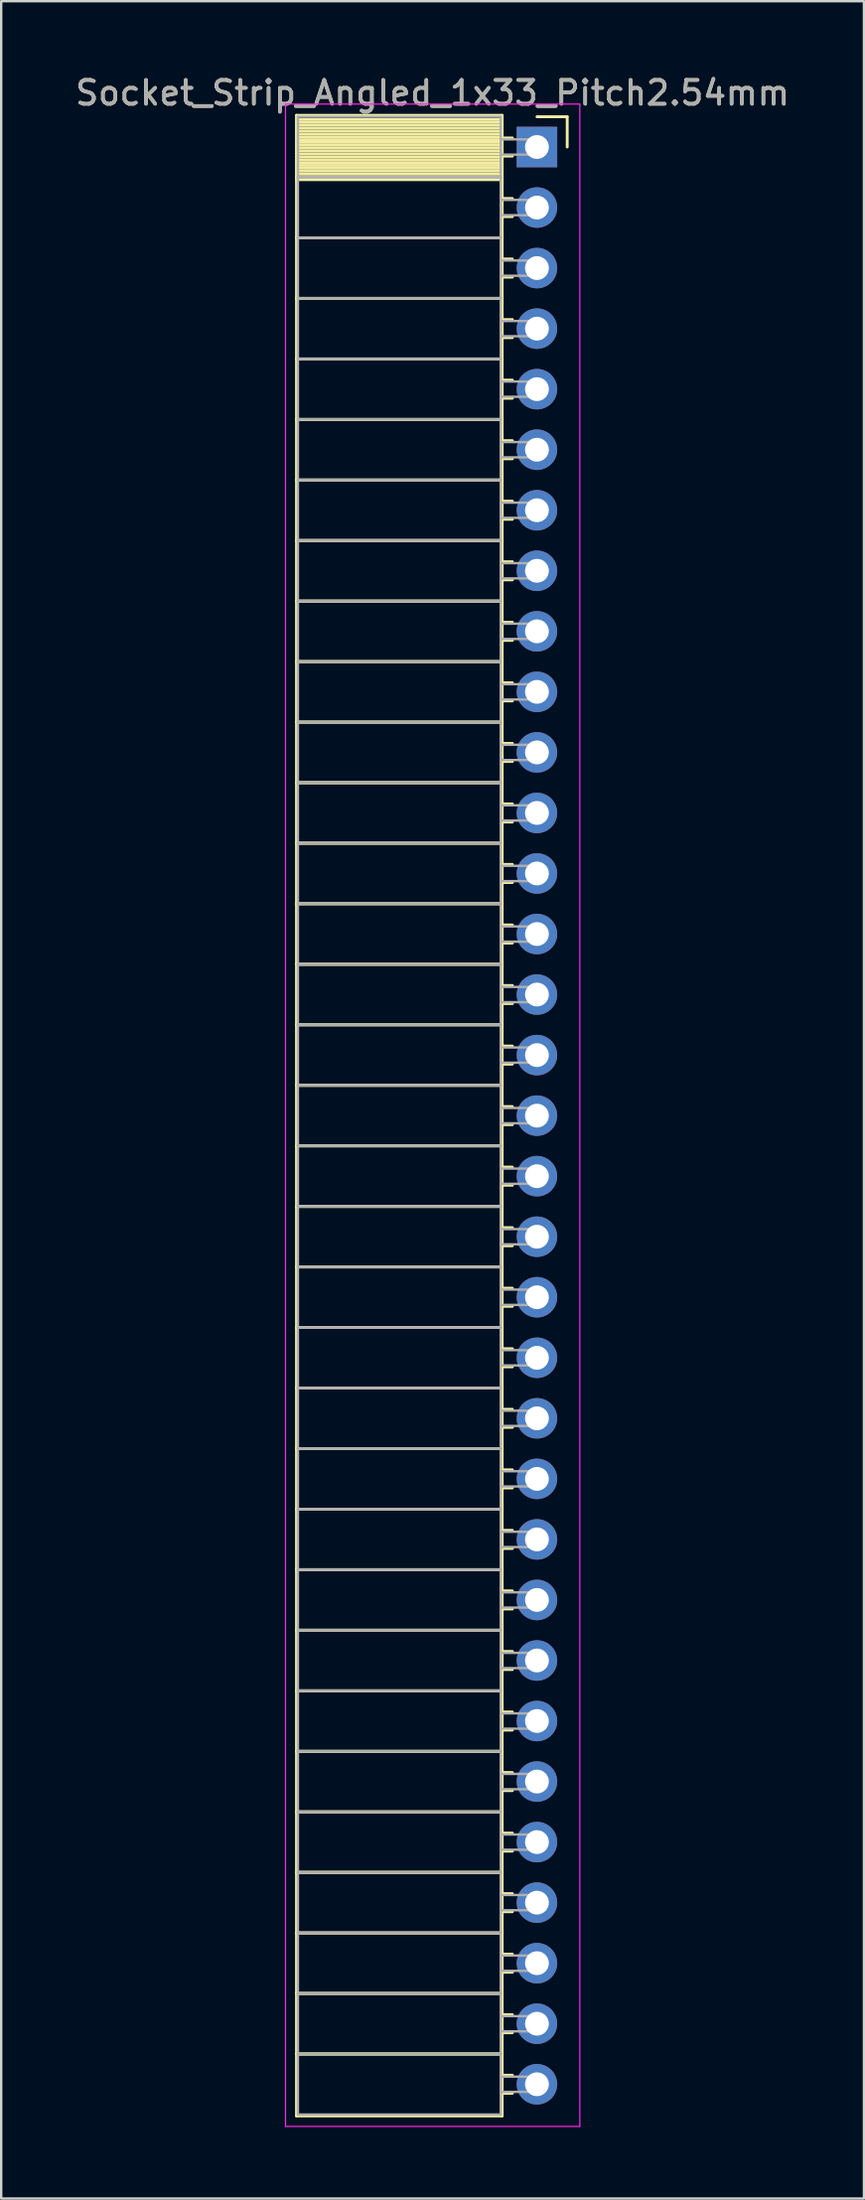
<source format=kicad_pcb>
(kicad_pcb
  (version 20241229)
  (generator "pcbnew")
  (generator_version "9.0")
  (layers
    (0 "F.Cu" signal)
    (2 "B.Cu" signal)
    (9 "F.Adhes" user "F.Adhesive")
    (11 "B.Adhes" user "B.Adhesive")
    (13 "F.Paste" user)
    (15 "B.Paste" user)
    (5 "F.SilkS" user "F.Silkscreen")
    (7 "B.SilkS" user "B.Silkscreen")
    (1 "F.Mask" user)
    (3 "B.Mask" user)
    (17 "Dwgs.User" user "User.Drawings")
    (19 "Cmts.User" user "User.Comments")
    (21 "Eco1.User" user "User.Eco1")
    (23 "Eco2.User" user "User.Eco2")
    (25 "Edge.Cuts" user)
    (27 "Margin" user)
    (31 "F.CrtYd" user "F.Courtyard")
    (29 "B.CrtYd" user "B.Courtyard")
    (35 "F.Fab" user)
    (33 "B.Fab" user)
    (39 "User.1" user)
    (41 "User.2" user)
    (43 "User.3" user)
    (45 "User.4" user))
  (footprint "Socket_Strip_Angled_1x33_Pitch2.54mm"
    (layer "F.Cu")
    (at 19.481 3.118)
    (property "Reference" "Socket_Strip_Angled_1x33_Pitch2.54mm" (at -4.38 -2.27 0) (layer "F.SilkS") (effects (font (size 1 1) (thickness 0.15))))
    (attr through_hole)
    (fp_line (start -10.09 -1.33) (end -1.46 -1.33) (stroke (width 0.12) (type solid)) (layer "F.SilkS"))
    (fp_line (start -10.09 1.27) (end -10.09 -1.33) (stroke (width 0.12) (type solid)) (layer "F.SilkS"))
    (fp_line (start -10.09 1.27) (end -1.46 1.27) (stroke (width 0.12) (type solid)) (layer "F.SilkS"))
    (fp_line (start -10.09 3.81) (end -10.09 1.27) (stroke (width 0.12) (type solid)) (layer "F.SilkS"))
    (fp_line (start -10.09 3.81) (end -1.46 3.81) (stroke (width 0.12) (type solid)) (layer "F.SilkS"))
    (fp_line (start -10.09 6.35) (end -10.09 3.81) (stroke (width 0.12) (type solid)) (layer "F.SilkS"))
    (fp_line (start -10.09 6.35) (end -1.46 6.35) (stroke (width 0.12) (type solid)) (layer "F.SilkS"))
    (fp_line (start -10.09 8.89) (end -10.09 6.35) (stroke (width 0.12) (type solid)) (layer "F.SilkS"))
    (fp_line (start -10.09 8.89) (end -1.46 8.89) (stroke (width 0.12) (type solid)) (layer "F.SilkS"))
    (fp_line (start -10.09 11.43) (end -10.09 8.89) (stroke (width 0.12) (type solid)) (layer "F.SilkS"))
    (fp_line (start -10.09 11.43) (end -1.46 11.43) (stroke (width 0.12) (type solid)) (layer "F.SilkS"))
    (fp_line (start -10.09 13.97) (end -10.09 11.43) (stroke (width 0.12) (type solid)) (layer "F.SilkS"))
    (fp_line (start -10.09 13.97) (end -1.46 13.97) (stroke (width 0.12) (type solid)) (layer "F.SilkS"))
    (fp_line (start -10.09 16.51) (end -10.09 13.97) (stroke (width 0.12) (type solid)) (layer "F.SilkS"))
    (fp_line (start -10.09 16.51) (end -1.46 16.51) (stroke (width 0.12) (type solid)) (layer "F.SilkS"))
    (fp_line (start -10.09 19.05) (end -10.09 16.51) (stroke (width 0.12) (type solid)) (layer "F.SilkS"))
    (fp_line (start -10.09 19.05) (end -1.46 19.05) (stroke (width 0.12) (type solid)) (layer "F.SilkS"))
    (fp_line (start -10.09 21.59) (end -10.09 19.05) (stroke (width 0.12) (type solid)) (layer "F.SilkS"))
    (fp_line (start -10.09 21.59) (end -1.46 21.59) (stroke (width 0.12) (type solid)) (layer "F.SilkS"))
    (fp_line (start -10.09 24.13) (end -10.09 21.59) (stroke (width 0.12) (type solid)) (layer "F.SilkS"))
    (fp_line (start -10.09 24.13) (end -1.46 24.13) (stroke (width 0.12) (type solid)) (layer "F.SilkS"))
    (fp_line (start -10.09 26.67) (end -10.09 24.13) (stroke (width 0.12) (type solid)) (layer "F.SilkS"))
    (fp_line (start -10.09 26.67) (end -1.46 26.67) (stroke (width 0.12) (type solid)) (layer "F.SilkS"))
    (fp_line (start -10.09 29.21) (end -10.09 26.67) (stroke (width 0.12) (type solid)) (layer "F.SilkS"))
    (fp_line (start -10.09 29.21) (end -1.46 29.21) (stroke (width 0.12) (type solid)) (layer "F.SilkS"))
    (fp_line (start -10.09 31.75) (end -10.09 29.21) (stroke (width 0.12) (type solid)) (layer "F.SilkS"))
    (fp_line (start -10.09 31.75) (end -1.46 31.75) (stroke (width 0.12) (type solid)) (layer "F.SilkS"))
    (fp_line (start -10.09 34.29) (end -10.09 31.75) (stroke (width 0.12) (type solid)) (layer "F.SilkS"))
    (fp_line (start -10.09 34.29) (end -1.46 34.29) (stroke (width 0.12) (type solid)) (layer "F.SilkS"))
    (fp_line (start -10.09 36.83) (end -10.09 34.29) (stroke (width 0.12) (type solid)) (layer "F.SilkS"))
    (fp_line (start -10.09 36.83) (end -1.46 36.83) (stroke (width 0.12) (type solid)) (layer "F.SilkS"))
    (fp_line (start -10.09 39.37) (end -10.09 36.83) (stroke (width 0.12) (type solid)) (layer "F.SilkS"))
    (fp_line (start -10.09 39.37) (end -1.46 39.37) (stroke (width 0.12) (type solid)) (layer "F.SilkS"))
    (fp_line (start -10.09 41.91) (end -10.09 39.37) (stroke (width 0.12) (type solid)) (layer "F.SilkS"))
    (fp_line (start -10.09 41.91) (end -1.46 41.91) (stroke (width 0.12) (type solid)) (layer "F.SilkS"))
    (fp_line (start -10.09 44.45) (end -10.09 41.91) (stroke (width 0.12) (type solid)) (layer "F.SilkS"))
    (fp_line (start -10.09 44.45) (end -1.46 44.45) (stroke (width 0.12) (type solid)) (layer "F.SilkS"))
    (fp_line (start -10.09 46.99) (end -10.09 44.45) (stroke (width 0.12) (type solid)) (layer "F.SilkS"))
    (fp_line (start -10.09 46.99) (end -1.46 46.99) (stroke (width 0.12) (type solid)) (layer "F.SilkS"))
    (fp_line (start -10.09 49.53) (end -10.09 46.99) (stroke (width 0.12) (type solid)) (layer "F.SilkS"))
    (fp_line (start -10.09 49.53) (end -1.46 49.53) (stroke (width 0.12) (type solid)) (layer "F.SilkS"))
    (fp_line (start -10.09 52.07) (end -10.09 49.53) (stroke (width 0.12) (type solid)) (layer "F.SilkS"))
    (fp_line (start -10.09 52.07) (end -1.46 52.07) (stroke (width 0.12) (type solid)) (layer "F.SilkS"))
    (fp_line (start -10.09 54.61) (end -10.09 52.07) (stroke (width 0.12) (type solid)) (layer "F.SilkS"))
    (fp_line (start -10.09 54.61) (end -1.46 54.61) (stroke (width 0.12) (type solid)) (layer "F.SilkS"))
    (fp_line (start -10.09 57.15) (end -10.09 54.61) (stroke (width 0.12) (type solid)) (layer "F.SilkS"))
    (fp_line (start -10.09 57.15) (end -1.46 57.15) (stroke (width 0.12) (type solid)) (layer "F.SilkS"))
    (fp_line (start -10.09 59.69) (end -10.09 57.15) (stroke (width 0.12) (type solid)) (layer "F.SilkS"))
    (fp_line (start -10.09 59.69) (end -1.46 59.69) (stroke (width 0.12) (type solid)) (layer "F.SilkS"))
    (fp_line (start -10.09 62.23) (end -10.09 59.69) (stroke (width 0.12) (type solid)) (layer "F.SilkS"))
    (fp_line (start -10.09 62.23) (end -1.46 62.23) (stroke (width 0.12) (type solid)) (layer "F.SilkS"))
    (fp_line (start -10.09 64.77) (end -10.09 62.23) (stroke (width 0.12) (type solid)) (layer "F.SilkS"))
    (fp_line (start -10.09 64.77) (end -1.46 64.77) (stroke (width 0.12) (type solid)) (layer "F.SilkS"))
    (fp_line (start -10.09 67.31) (end -10.09 64.77) (stroke (width 0.12) (type solid)) (layer "F.SilkS"))
    (fp_line (start -10.09 67.31) (end -1.46 67.31) (stroke (width 0.12) (type solid)) (layer "F.SilkS"))
    (fp_line (start -10.09 69.85) (end -10.09 67.31) (stroke (width 0.12) (type solid)) (layer "F.SilkS"))
    (fp_line (start -10.09 69.85) (end -1.46 69.85) (stroke (width 0.12) (type solid)) (layer "F.SilkS"))
    (fp_line (start -10.09 72.39) (end -10.09 69.85) (stroke (width 0.12) (type solid)) (layer "F.SilkS"))
    (fp_line (start -10.09 72.39) (end -1.46 72.39) (stroke (width 0.12) (type solid)) (layer "F.SilkS"))
    (fp_line (start -10.09 74.93) (end -10.09 72.39) (stroke (width 0.12) (type solid)) (layer "F.SilkS"))
    (fp_line (start -10.09 74.93) (end -1.46 74.93) (stroke (width 0.12) (type solid)) (layer "F.SilkS"))
    (fp_line (start -10.09 77.47) (end -10.09 74.93) (stroke (width 0.12) (type solid)) (layer "F.SilkS"))
    (fp_line (start -10.09 77.47) (end -1.46 77.47) (stroke (width 0.12) (type solid)) (layer "F.SilkS"))
    (fp_line (start -10.09 80.01) (end -10.09 77.47) (stroke (width 0.12) (type solid)) (layer "F.SilkS"))
    (fp_line (start -10.09 80.01) (end -1.46 80.01) (stroke (width 0.12) (type solid)) (layer "F.SilkS"))
    (fp_line (start -10.09 82.61) (end -10.09 80.01) (stroke (width 0.12) (type solid)) (layer "F.SilkS"))
    (fp_line (start -1.46 -1.33) (end -1.46 1.27) (stroke (width 0.12) (type solid)) (layer "F.SilkS"))
    (fp_line (start -1.46 -1.15) (end -10.09 -1.15) (stroke (width 0.12) (type solid)) (layer "F.SilkS"))
    (fp_line (start -1.46 -1.03) (end -10.09 -1.03) (stroke (width 0.12) (type solid)) (layer "F.SilkS"))
    (fp_line (start -1.46 -0.91) (end -10.09 -0.91) (stroke (width 0.12) (type solid)) (layer "F.SilkS"))
    (fp_line (start -1.46 -0.79) (end -10.09 -0.79) (stroke (width 0.12) (type solid)) (layer "F.SilkS"))
    (fp_line (start -1.46 -0.67) (end -10.09 -0.67) (stroke (width 0.12) (type solid)) (layer "F.SilkS"))
    (fp_line (start -1.46 -0.55) (end -10.09 -0.55) (stroke (width 0.12) (type solid)) (layer "F.SilkS"))
    (fp_line (start -1.46 -0.43) (end -10.09 -0.43) (stroke (width 0.12) (type solid)) (layer "F.SilkS"))
    (fp_line (start -1.46 -0.31) (end -10.09 -0.31) (stroke (width 0.12) (type solid)) (layer "F.SilkS"))
    (fp_line (start -1.46 -0.19) (end -10.09 -0.19) (stroke (width 0.12) (type solid)) (layer "F.SilkS"))
    (fp_line (start -1.46 -0.07) (end -10.09 -0.07) (stroke (width 0.12) (type solid)) (layer "F.SilkS"))
    (fp_line (start -1.46 0.05) (end -10.09 0.05) (stroke (width 0.12) (type solid)) (layer "F.SilkS"))
    (fp_line (start -1.46 0.17) (end -10.09 0.17) (stroke (width 0.12) (type solid)) (layer "F.SilkS"))
    (fp_line (start -1.46 0.29) (end -10.09 0.29) (stroke (width 0.12) (type solid)) (layer "F.SilkS"))
    (fp_line (start -1.46 0.41) (end -10.09 0.41) (stroke (width 0.12) (type solid)) (layer "F.SilkS"))
    (fp_line (start -1.46 0.53) (end -10.09 0.53) (stroke (width 0.12) (type solid)) (layer "F.SilkS"))
    (fp_line (start -1.46 0.65) (end -10.09 0.65) (stroke (width 0.12) (type solid)) (layer "F.SilkS"))
    (fp_line (start -1.46 0.77) (end -10.09 0.77) (stroke (width 0.12) (type solid)) (layer "F.SilkS"))
    (fp_line (start -1.46 0.89) (end -10.09 0.89) (stroke (width 0.12) (type solid)) (layer "F.SilkS"))
    (fp_line (start -1.46 1.01) (end -10.09 1.01) (stroke (width 0.12) (type solid)) (layer "F.SilkS"))
    (fp_line (start -1.46 1.13) (end -10.09 1.13) (stroke (width 0.12) (type solid)) (layer "F.SilkS"))
    (fp_line (start -1.46 1.25) (end -10.09 1.25) (stroke (width 0.12) (type solid)) (layer "F.SilkS"))
    (fp_line (start -1.46 1.27) (end -10.09 1.27) (stroke (width 0.12) (type solid)) (layer "F.SilkS"))
    (fp_line (start -1.46 1.27) (end -1.46 3.81) (stroke (width 0.12) (type solid)) (layer "F.SilkS"))
    (fp_line (start -1.46 1.37) (end -10.09 1.37) (stroke (width 0.12) (type solid)) (layer "F.SilkS"))
    (fp_line (start -1.46 3.81) (end -10.09 3.81) (stroke (width 0.12) (type solid)) (layer "F.SilkS"))
    (fp_line (start -1.46 3.81) (end -1.46 6.35) (stroke (width 0.12) (type solid)) (layer "F.SilkS"))
    (fp_line (start -1.46 6.35) (end -10.09 6.35) (stroke (width 0.12) (type solid)) (layer "F.SilkS"))
    (fp_line (start -1.46 6.35) (end -1.46 8.89) (stroke (width 0.12) (type solid)) (layer "F.SilkS"))
    (fp_line (start -1.46 8.89) (end -10.09 8.89) (stroke (width 0.12) (type solid)) (layer "F.SilkS"))
    (fp_line (start -1.46 8.89) (end -1.46 11.43) (stroke (width 0.12) (type solid)) (layer "F.SilkS"))
    (fp_line (start -1.46 11.43) (end -10.09 11.43) (stroke (width 0.12) (type solid)) (layer "F.SilkS"))
    (fp_line (start -1.46 11.43) (end -1.46 13.97) (stroke (width 0.12) (type solid)) (layer "F.SilkS"))
    (fp_line (start -1.46 13.97) (end -10.09 13.97) (stroke (width 0.12) (type solid)) (layer "F.SilkS"))
    (fp_line (start -1.46 13.97) (end -1.46 16.51) (stroke (width 0.12) (type solid)) (layer "F.SilkS"))
    (fp_line (start -1.46 16.51) (end -10.09 16.51) (stroke (width 0.12) (type solid)) (layer "F.SilkS"))
    (fp_line (start -1.46 16.51) (end -1.46 19.05) (stroke (width 0.12) (type solid)) (layer "F.SilkS"))
    (fp_line (start -1.46 19.05) (end -10.09 19.05) (stroke (width 0.12) (type solid)) (layer "F.SilkS"))
    (fp_line (start -1.46 19.05) (end -1.46 21.59) (stroke (width 0.12) (type solid)) (layer "F.SilkS"))
    (fp_line (start -1.46 21.59) (end -10.09 21.59) (stroke (width 0.12) (type solid)) (layer "F.SilkS"))
    (fp_line (start -1.46 21.59) (end -1.46 24.13) (stroke (width 0.12) (type solid)) (layer "F.SilkS"))
    (fp_line (start -1.46 24.13) (end -10.09 24.13) (stroke (width 0.12) (type solid)) (layer "F.SilkS"))
    (fp_line (start -1.46 24.13) (end -1.46 26.67) (stroke (width 0.12) (type solid)) (layer "F.SilkS"))
    (fp_line (start -1.46 26.67) (end -10.09 26.67) (stroke (width 0.12) (type solid)) (layer "F.SilkS"))
    (fp_line (start -1.46 26.67) (end -1.46 29.21) (stroke (width 0.12) (type solid)) (layer "F.SilkS"))
    (fp_line (start -1.46 29.21) (end -10.09 29.21) (stroke (width 0.12) (type solid)) (layer "F.SilkS"))
    (fp_line (start -1.46 29.21) (end -1.46 31.75) (stroke (width 0.12) (type solid)) (layer "F.SilkS"))
    (fp_line (start -1.46 31.75) (end -10.09 31.75) (stroke (width 0.12) (type solid)) (layer "F.SilkS"))
    (fp_line (start -1.46 31.75) (end -1.46 34.29) (stroke (width 0.12) (type solid)) (layer "F.SilkS"))
    (fp_line (start -1.46 34.29) (end -10.09 34.29) (stroke (width 0.12) (type solid)) (layer "F.SilkS"))
    (fp_line (start -1.46 34.29) (end -1.46 36.83) (stroke (width 0.12) (type solid)) (layer "F.SilkS"))
    (fp_line (start -1.46 36.83) (end -10.09 36.83) (stroke (width 0.12) (type solid)) (layer "F.SilkS"))
    (fp_line (start -1.46 36.83) (end -1.46 39.37) (stroke (width 0.12) (type solid)) (layer "F.SilkS"))
    (fp_line (start -1.46 39.37) (end -10.09 39.37) (stroke (width 0.12) (type solid)) (layer "F.SilkS"))
    (fp_line (start -1.46 39.37) (end -1.46 41.91) (stroke (width 0.12) (type solid)) (layer "F.SilkS"))
    (fp_line (start -1.46 41.91) (end -10.09 41.91) (stroke (width 0.12) (type solid)) (layer "F.SilkS"))
    (fp_line (start -1.46 41.91) (end -1.46 44.45) (stroke (width 0.12) (type solid)) (layer "F.SilkS"))
    (fp_line (start -1.46 44.45) (end -10.09 44.45) (stroke (width 0.12) (type solid)) (layer "F.SilkS"))
    (fp_line (start -1.46 44.45) (end -1.46 46.99) (stroke (width 0.12) (type solid)) (layer "F.SilkS"))
    (fp_line (start -1.46 46.99) (end -10.09 46.99) (stroke (width 0.12) (type solid)) (layer "F.SilkS"))
    (fp_line (start -1.46 46.99) (end -1.46 49.53) (stroke (width 0.12) (type solid)) (layer "F.SilkS"))
    (fp_line (start -1.46 49.53) (end -10.09 49.53) (stroke (width 0.12) (type solid)) (layer "F.SilkS"))
    (fp_line (start -1.46 49.53) (end -1.46 52.07) (stroke (width 0.12) (type solid)) (layer "F.SilkS"))
    (fp_line (start -1.46 52.07) (end -10.09 52.07) (stroke (width 0.12) (type solid)) (layer "F.SilkS"))
    (fp_line (start -1.46 52.07) (end -1.46 54.61) (stroke (width 0.12) (type solid)) (layer "F.SilkS"))
    (fp_line (start -1.46 54.61) (end -10.09 54.61) (stroke (width 0.12) (type solid)) (layer "F.SilkS"))
    (fp_line (start -1.46 54.61) (end -1.46 57.15) (stroke (width 0.12) (type solid)) (layer "F.SilkS"))
    (fp_line (start -1.46 57.15) (end -10.09 57.15) (stroke (width 0.12) (type solid)) (layer "F.SilkS"))
    (fp_line (start -1.46 57.15) (end -1.46 59.69) (stroke (width 0.12) (type solid)) (layer "F.SilkS"))
    (fp_line (start -1.46 59.69) (end -10.09 59.69) (stroke (width 0.12) (type solid)) (layer "F.SilkS"))
    (fp_line (start -1.46 59.69) (end -1.46 62.23) (stroke (width 0.12) (type solid)) (layer "F.SilkS"))
    (fp_line (start -1.46 62.23) (end -10.09 62.23) (stroke (width 0.12) (type solid)) (layer "F.SilkS"))
    (fp_line (start -1.46 62.23) (end -1.46 64.77) (stroke (width 0.12) (type solid)) (layer "F.SilkS"))
    (fp_line (start -1.46 64.77) (end -10.09 64.77) (stroke (width 0.12) (type solid)) (layer "F.SilkS"))
    (fp_line (start -1.46 64.77) (end -1.46 67.31) (stroke (width 0.12) (type solid)) (layer "F.SilkS"))
    (fp_line (start -1.46 67.31) (end -10.09 67.31) (stroke (width 0.12) (type solid)) (layer "F.SilkS"))
    (fp_line (start -1.46 67.31) (end -1.46 69.85) (stroke (width 0.12) (type solid)) (layer "F.SilkS"))
    (fp_line (start -1.46 69.85) (end -10.09 69.85) (stroke (width 0.12) (type solid)) (layer "F.SilkS"))
    (fp_line (start -1.46 69.85) (end -1.46 72.39) (stroke (width 0.12) (type solid)) (layer "F.SilkS"))
    (fp_line (start -1.46 72.39) (end -10.09 72.39) (stroke (width 0.12) (type solid)) (layer "F.SilkS"))
    (fp_line (start -1.46 72.39) (end -1.46 74.93) (stroke (width 0.12) (type solid)) (layer "F.SilkS"))
    (fp_line (start -1.46 74.93) (end -10.09 74.93) (stroke (width 0.12) (type solid)) (layer "F.SilkS"))
    (fp_line (start -1.46 74.93) (end -1.46 77.47) (stroke (width 0.12) (type solid)) (layer "F.SilkS"))
    (fp_line (start -1.46 77.47) (end -10.09 77.47) (stroke (width 0.12) (type solid)) (layer "F.SilkS"))
    (fp_line (start -1.46 77.47) (end -1.46 80.01) (stroke (width 0.12) (type solid)) (layer "F.SilkS"))
    (fp_line (start -1.46 80.01) (end -10.09 80.01) (stroke (width 0.12) (type solid)) (layer "F.SilkS"))
    (fp_line (start -1.46 80.01) (end -1.46 82.61) (stroke (width 0.12) (type solid)) (layer "F.SilkS"))
    (fp_line (start -1.46 82.61) (end -10.09 82.61) (stroke (width 0.12) (type solid)) (layer "F.SilkS"))
    (fp_line (start -1.03 -0.38) (end -1.46 -0.38) (stroke (width 0.12) (type solid)) (layer "F.SilkS"))
    (fp_line (start -1.03 0.38) (end -1.46 0.38) (stroke (width 0.12) (type solid)) (layer "F.SilkS"))
    (fp_line (start -1.03 2.16) (end -1.46 2.16) (stroke (width 0.12) (type solid)) (layer "F.SilkS"))
    (fp_line (start -1.03 2.92) (end -1.46 2.92) (stroke (width 0.12) (type solid)) (layer "F.SilkS"))
    (fp_line (start -1.03 4.7) (end -1.46 4.7) (stroke (width 0.12) (type solid)) (layer "F.SilkS"))
    (fp_line (start -1.03 5.46) (end -1.46 5.46) (stroke (width 0.12) (type solid)) (layer "F.SilkS"))
    (fp_line (start -1.03 7.24) (end -1.46 7.24) (stroke (width 0.12) (type solid)) (layer "F.SilkS"))
    (fp_line (start -1.03 8) (end -1.46 8) (stroke (width 0.12) (type solid)) (layer "F.SilkS"))
    (fp_line (start -1.03 9.78) (end -1.46 9.78) (stroke (width 0.12) (type solid)) (layer "F.SilkS"))
    (fp_line (start -1.03 10.54) (end -1.46 10.54) (stroke (width 0.12) (type solid)) (layer "F.SilkS"))
    (fp_line (start -1.03 12.32) (end -1.46 12.32) (stroke (width 0.12) (type solid)) (layer "F.SilkS"))
    (fp_line (start -1.03 13.08) (end -1.46 13.08) (stroke (width 0.12) (type solid)) (layer "F.SilkS"))
    (fp_line (start -1.03 14.86) (end -1.46 14.86) (stroke (width 0.12) (type solid)) (layer "F.SilkS"))
    (fp_line (start -1.03 15.62) (end -1.46 15.62) (stroke (width 0.12) (type solid)) (layer "F.SilkS"))
    (fp_line (start -1.03 17.4) (end -1.46 17.4) (stroke (width 0.12) (type solid)) (layer "F.SilkS"))
    (fp_line (start -1.03 18.16) (end -1.46 18.16) (stroke (width 0.12) (type solid)) (layer "F.SilkS"))
    (fp_line (start -1.03 19.94) (end -1.46 19.94) (stroke (width 0.12) (type solid)) (layer "F.SilkS"))
    (fp_line (start -1.03 20.7) (end -1.46 20.7) (stroke (width 0.12) (type solid)) (layer "F.SilkS"))
    (fp_line (start -1.03 22.48) (end -1.46 22.48) (stroke (width 0.12) (type solid)) (layer "F.SilkS"))
    (fp_line (start -1.03 23.24) (end -1.46 23.24) (stroke (width 0.12) (type solid)) (layer "F.SilkS"))
    (fp_line (start -1.03 25.02) (end -1.46 25.02) (stroke (width 0.12) (type solid)) (layer "F.SilkS"))
    (fp_line (start -1.03 25.78) (end -1.46 25.78) (stroke (width 0.12) (type solid)) (layer "F.SilkS"))
    (fp_line (start -1.03 27.56) (end -1.46 27.56) (stroke (width 0.12) (type solid)) (layer "F.SilkS"))
    (fp_line (start -1.03 28.32) (end -1.46 28.32) (stroke (width 0.12) (type solid)) (layer "F.SilkS"))
    (fp_line (start -1.03 30.1) (end -1.46 30.1) (stroke (width 0.12) (type solid)) (layer "F.SilkS"))
    (fp_line (start -1.03 30.86) (end -1.46 30.86) (stroke (width 0.12) (type solid)) (layer "F.SilkS"))
    (fp_line (start -1.03 32.64) (end -1.46 32.64) (stroke (width 0.12) (type solid)) (layer "F.SilkS"))
    (fp_line (start -1.03 33.4) (end -1.46 33.4) (stroke (width 0.12) (type solid)) (layer "F.SilkS"))
    (fp_line (start -1.03 35.18) (end -1.46 35.18) (stroke (width 0.12) (type solid)) (layer "F.SilkS"))
    (fp_line (start -1.03 35.94) (end -1.46 35.94) (stroke (width 0.12) (type solid)) (layer "F.SilkS"))
    (fp_line (start -1.03 37.72) (end -1.46 37.72) (stroke (width 0.12) (type solid)) (layer "F.SilkS"))
    (fp_line (start -1.03 38.48) (end -1.46 38.48) (stroke (width 0.12) (type solid)) (layer "F.SilkS"))
    (fp_line (start -1.03 40.26) (end -1.46 40.26) (stroke (width 0.12) (type solid)) (layer "F.SilkS"))
    (fp_line (start -1.03 41.02) (end -1.46 41.02) (stroke (width 0.12) (type solid)) (layer "F.SilkS"))
    (fp_line (start -1.03 42.8) (end -1.46 42.8) (stroke (width 0.12) (type solid)) (layer "F.SilkS"))
    (fp_line (start -1.03 43.56) (end -1.46 43.56) (stroke (width 0.12) (type solid)) (layer "F.SilkS"))
    (fp_line (start -1.03 45.34) (end -1.46 45.34) (stroke (width 0.12) (type solid)) (layer "F.SilkS"))
    (fp_line (start -1.03 46.1) (end -1.46 46.1) (stroke (width 0.12) (type solid)) (layer "F.SilkS"))
    (fp_line (start -1.03 47.88) (end -1.46 47.88) (stroke (width 0.12) (type solid)) (layer "F.SilkS"))
    (fp_line (start -1.03 48.64) (end -1.46 48.64) (stroke (width 0.12) (type solid)) (layer "F.SilkS"))
    (fp_line (start -1.03 50.42) (end -1.46 50.42) (stroke (width 0.12) (type solid)) (layer "F.SilkS"))
    (fp_line (start -1.03 51.18) (end -1.46 51.18) (stroke (width 0.12) (type solid)) (layer "F.SilkS"))
    (fp_line (start -1.03 52.96) (end -1.46 52.96) (stroke (width 0.12) (type solid)) (layer "F.SilkS"))
    (fp_line (start -1.03 53.72) (end -1.46 53.72) (stroke (width 0.12) (type solid)) (layer "F.SilkS"))
    (fp_line (start -1.03 55.5) (end -1.46 55.5) (stroke (width 0.12) (type solid)) (layer "F.SilkS"))
    (fp_line (start -1.03 56.26) (end -1.46 56.26) (stroke (width 0.12) (type solid)) (layer "F.SilkS"))
    (fp_line (start -1.03 58.04) (end -1.46 58.04) (stroke (width 0.12) (type solid)) (layer "F.SilkS"))
    (fp_line (start -1.03 58.8) (end -1.46 58.8) (stroke (width 0.12) (type solid)) (layer "F.SilkS"))
    (fp_line (start -1.03 60.58) (end -1.46 60.58) (stroke (width 0.12) (type solid)) (layer "F.SilkS"))
    (fp_line (start -1.03 61.34) (end -1.46 61.34) (stroke (width 0.12) (type solid)) (layer "F.SilkS"))
    (fp_line (start -1.03 63.12) (end -1.46 63.12) (stroke (width 0.12) (type solid)) (layer "F.SilkS"))
    (fp_line (start -1.03 63.88) (end -1.46 63.88) (stroke (width 0.12) (type solid)) (layer "F.SilkS"))
    (fp_line (start -1.03 65.66) (end -1.46 65.66) (stroke (width 0.12) (type solid)) (layer "F.SilkS"))
    (fp_line (start -1.03 66.42) (end -1.46 66.42) (stroke (width 0.12) (type solid)) (layer "F.SilkS"))
    (fp_line (start -1.03 68.2) (end -1.46 68.2) (stroke (width 0.12) (type solid)) (layer "F.SilkS"))
    (fp_line (start -1.03 68.96) (end -1.46 68.96) (stroke (width 0.12) (type solid)) (layer "F.SilkS"))
    (fp_line (start -1.03 70.74) (end -1.46 70.74) (stroke (width 0.12) (type solid)) (layer "F.SilkS"))
    (fp_line (start -1.03 71.5) (end -1.46 71.5) (stroke (width 0.12) (type solid)) (layer "F.SilkS"))
    (fp_line (start -1.03 73.28) (end -1.46 73.28) (stroke (width 0.12) (type solid)) (layer "F.SilkS"))
    (fp_line (start -1.03 74.04) (end -1.46 74.04) (stroke (width 0.12) (type solid)) (layer "F.SilkS"))
    (fp_line (start -1.03 75.82) (end -1.46 75.82) (stroke (width 0.12) (type solid)) (layer "F.SilkS"))
    (fp_line (start -1.03 76.58) (end -1.46 76.58) (stroke (width 0.12) (type solid)) (layer "F.SilkS"))
    (fp_line (start -1.03 78.36) (end -1.46 78.36) (stroke (width 0.12) (type solid)) (layer "F.SilkS"))
    (fp_line (start -1.03 79.12) (end -1.46 79.12) (stroke (width 0.12) (type solid)) (layer "F.SilkS"))
    (fp_line (start -1.03 80.9) (end -1.46 80.9) (stroke (width 0.12) (type solid)) (layer "F.SilkS"))
    (fp_line (start -1.03 81.66) (end -1.46 81.66) (stroke (width 0.12) (type solid)) (layer "F.SilkS"))
    (fp_line (start 0 -1.27) (end 1.27 -1.27) (stroke (width 0.12) (type solid)) (layer "F.SilkS"))
    (fp_line (start 1.27 -1.27) (end 1.27 0) (stroke (width 0.12) (type solid)) (layer "F.SilkS"))
    (fp_line (start -10.55 -1.8) (end 1.8 -1.8) (stroke (width 0.05) (type solid)) (layer "F.CrtYd"))
    (fp_line (start -10.55 83.05) (end -10.55 -1.8) (stroke (width 0.05) (type solid)) (layer "F.CrtYd"))
    (fp_line (start 1.8 -1.8) (end 1.8 83.05) (stroke (width 0.05) (type solid)) (layer "F.CrtYd"))
    (fp_line (start 1.8 83.05) (end -10.55 83.05) (stroke (width 0.05) (type solid)) (layer "F.CrtYd"))
    (fp_line (start -10.03 -1.27) (end -1.52 -1.27) (stroke (width 0.1) (type solid)) (layer "F.Fab"))
    (fp_line (start -10.03 1.27) (end -10.03 -1.27) (stroke (width 0.1) (type solid)) (layer "F.Fab"))
    (fp_line (start -10.03 1.27) (end -1.52 1.27) (stroke (width 0.1) (type solid)) (layer "F.Fab"))
    (fp_line (start -10.03 3.81) (end -10.03 1.27) (stroke (width 0.1) (type solid)) (layer "F.Fab"))
    (fp_line (start -10.03 3.81) (end -1.52 3.81) (stroke (width 0.1) (type solid)) (layer "F.Fab"))
    (fp_line (start -10.03 6.35) (end -10.03 3.81) (stroke (width 0.1) (type solid)) (layer "F.Fab"))
    (fp_line (start -10.03 6.35) (end -1.52 6.35) (stroke (width 0.1) (type solid)) (layer "F.Fab"))
    (fp_line (start -10.03 8.89) (end -10.03 6.35) (stroke (width 0.1) (type solid)) (layer "F.Fab"))
    (fp_line (start -10.03 8.89) (end -1.52 8.89) (stroke (width 0.1) (type solid)) (layer "F.Fab"))
    (fp_line (start -10.03 11.43) (end -10.03 8.89) (stroke (width 0.1) (type solid)) (layer "F.Fab"))
    (fp_line (start -10.03 11.43) (end -1.52 11.43) (stroke (width 0.1) (type solid)) (layer "F.Fab"))
    (fp_line (start -10.03 13.97) (end -10.03 11.43) (stroke (width 0.1) (type solid)) (layer "F.Fab"))
    (fp_line (start -10.03 13.97) (end -1.52 13.97) (stroke (width 0.1) (type solid)) (layer "F.Fab"))
    (fp_line (start -10.03 16.51) (end -10.03 13.97) (stroke (width 0.1) (type solid)) (layer "F.Fab"))
    (fp_line (start -10.03 16.51) (end -1.52 16.51) (stroke (width 0.1) (type solid)) (layer "F.Fab"))
    (fp_line (start -10.03 19.05) (end -10.03 16.51) (stroke (width 0.1) (type solid)) (layer "F.Fab"))
    (fp_line (start -10.03 19.05) (end -1.52 19.05) (stroke (width 0.1) (type solid)) (layer "F.Fab"))
    (fp_line (start -10.03 21.59) (end -10.03 19.05) (stroke (width 0.1) (type solid)) (layer "F.Fab"))
    (fp_line (start -10.03 21.59) (end -1.52 21.59) (stroke (width 0.1) (type solid)) (layer "F.Fab"))
    (fp_line (start -10.03 24.13) (end -10.03 21.59) (stroke (width 0.1) (type solid)) (layer "F.Fab"))
    (fp_line (start -10.03 24.13) (end -1.52 24.13) (stroke (width 0.1) (type solid)) (layer "F.Fab"))
    (fp_line (start -10.03 26.67) (end -10.03 24.13) (stroke (width 0.1) (type solid)) (layer "F.Fab"))
    (fp_line (start -10.03 26.67) (end -1.52 26.67) (stroke (width 0.1) (type solid)) (layer "F.Fab"))
    (fp_line (start -10.03 29.21) (end -10.03 26.67) (stroke (width 0.1) (type solid)) (layer "F.Fab"))
    (fp_line (start -10.03 29.21) (end -1.52 29.21) (stroke (width 0.1) (type solid)) (layer "F.Fab"))
    (fp_line (start -10.03 31.75) (end -10.03 29.21) (stroke (width 0.1) (type solid)) (layer "F.Fab"))
    (fp_line (start -10.03 31.75) (end -1.52 31.75) (stroke (width 0.1) (type solid)) (layer "F.Fab"))
    (fp_line (start -10.03 34.29) (end -10.03 31.75) (stroke (width 0.1) (type solid)) (layer "F.Fab"))
    (fp_line (start -10.03 34.29) (end -1.52 34.29) (stroke (width 0.1) (type solid)) (layer "F.Fab"))
    (fp_line (start -10.03 36.83) (end -10.03 34.29) (stroke (width 0.1) (type solid)) (layer "F.Fab"))
    (fp_line (start -10.03 36.83) (end -1.52 36.83) (stroke (width 0.1) (type solid)) (layer "F.Fab"))
    (fp_line (start -10.03 39.37) (end -10.03 36.83) (stroke (width 0.1) (type solid)) (layer "F.Fab"))
    (fp_line (start -10.03 39.37) (end -1.52 39.37) (stroke (width 0.1) (type solid)) (layer "F.Fab"))
    (fp_line (start -10.03 41.91) (end -10.03 39.37) (stroke (width 0.1) (type solid)) (layer "F.Fab"))
    (fp_line (start -10.03 41.91) (end -1.52 41.91) (stroke (width 0.1) (type solid)) (layer "F.Fab"))
    (fp_line (start -10.03 44.45) (end -10.03 41.91) (stroke (width 0.1) (type solid)) (layer "F.Fab"))
    (fp_line (start -10.03 44.45) (end -1.52 44.45) (stroke (width 0.1) (type solid)) (layer "F.Fab"))
    (fp_line (start -10.03 46.99) (end -10.03 44.45) (stroke (width 0.1) (type solid)) (layer "F.Fab"))
    (fp_line (start -10.03 46.99) (end -1.52 46.99) (stroke (width 0.1) (type solid)) (layer "F.Fab"))
    (fp_line (start -10.03 49.53) (end -10.03 46.99) (stroke (width 0.1) (type solid)) (layer "F.Fab"))
    (fp_line (start -10.03 49.53) (end -1.52 49.53) (stroke (width 0.1) (type solid)) (layer "F.Fab"))
    (fp_line (start -10.03 52.07) (end -10.03 49.53) (stroke (width 0.1) (type solid)) (layer "F.Fab"))
    (fp_line (start -10.03 52.07) (end -1.52 52.07) (stroke (width 0.1) (type solid)) (layer "F.Fab"))
    (fp_line (start -10.03 54.61) (end -10.03 52.07) (stroke (width 0.1) (type solid)) (layer "F.Fab"))
    (fp_line (start -10.03 54.61) (end -1.52 54.61) (stroke (width 0.1) (type solid)) (layer "F.Fab"))
    (fp_line (start -10.03 57.15) (end -10.03 54.61) (stroke (width 0.1) (type solid)) (layer "F.Fab"))
    (fp_line (start -10.03 57.15) (end -1.52 57.15) (stroke (width 0.1) (type solid)) (layer "F.Fab"))
    (fp_line (start -10.03 59.69) (end -10.03 57.15) (stroke (width 0.1) (type solid)) (layer "F.Fab"))
    (fp_line (start -10.03 59.69) (end -1.52 59.69) (stroke (width 0.1) (type solid)) (layer "F.Fab"))
    (fp_line (start -10.03 62.23) (end -10.03 59.69) (stroke (width 0.1) (type solid)) (layer "F.Fab"))
    (fp_line (start -10.03 62.23) (end -1.52 62.23) (stroke (width 0.1) (type solid)) (layer "F.Fab"))
    (fp_line (start -10.03 64.77) (end -10.03 62.23) (stroke (width 0.1) (type solid)) (layer "F.Fab"))
    (fp_line (start -10.03 64.77) (end -1.52 64.77) (stroke (width 0.1) (type solid)) (layer "F.Fab"))
    (fp_line (start -10.03 67.31) (end -10.03 64.77) (stroke (width 0.1) (type solid)) (layer "F.Fab"))
    (fp_line (start -10.03 67.31) (end -1.52 67.31) (stroke (width 0.1) (type solid)) (layer "F.Fab"))
    (fp_line (start -10.03 69.85) (end -10.03 67.31) (stroke (width 0.1) (type solid)) (layer "F.Fab"))
    (fp_line (start -10.03 69.85) (end -1.52 69.85) (stroke (width 0.1) (type solid)) (layer "F.Fab"))
    (fp_line (start -10.03 72.39) (end -10.03 69.85) (stroke (width 0.1) (type solid)) (layer "F.Fab"))
    (fp_line (start -10.03 72.39) (end -1.52 72.39) (stroke (width 0.1) (type solid)) (layer "F.Fab"))
    (fp_line (start -10.03 74.93) (end -10.03 72.39) (stroke (width 0.1) (type solid)) (layer "F.Fab"))
    (fp_line (start -10.03 74.93) (end -1.52 74.93) (stroke (width 0.1) (type solid)) (layer "F.Fab"))
    (fp_line (start -10.03 77.47) (end -10.03 74.93) (stroke (width 0.1) (type solid)) (layer "F.Fab"))
    (fp_line (start -10.03 77.47) (end -1.52 77.47) (stroke (width 0.1) (type solid)) (layer "F.Fab"))
    (fp_line (start -10.03 80.01) (end -10.03 77.47) (stroke (width 0.1) (type solid)) (layer "F.Fab"))
    (fp_line (start -10.03 80.01) (end -1.52 80.01) (stroke (width 0.1) (type solid)) (layer "F.Fab"))
    (fp_line (start -10.03 82.55) (end -10.03 80.01) (stroke (width 0.1) (type solid)) (layer "F.Fab"))
    (fp_line (start -1.52 -1.27) (end -1.52 1.27) (stroke (width 0.1) (type solid)) (layer "F.Fab"))
    (fp_line (start -1.52 -0.32) (end 0 -0.32) (stroke (width 0.1) (type solid)) (layer "F.Fab"))
    (fp_line (start -1.52 0.32) (end -1.52 -0.32) (stroke (width 0.1) (type solid)) (layer "F.Fab"))
    (fp_line (start -1.52 1.27) (end -10.03 1.27) (stroke (width 0.1) (type solid)) (layer "F.Fab"))
    (fp_line (start -1.52 1.27) (end -1.52 3.81) (stroke (width 0.1) (type solid)) (layer "F.Fab"))
    (fp_line (start -1.52 2.22) (end 0 2.22) (stroke (width 0.1) (type solid)) (layer "F.Fab"))
    (fp_line (start -1.52 2.86) (end -1.52 2.22) (stroke (width 0.1) (type solid)) (layer "F.Fab"))
    (fp_line (start -1.52 3.81) (end -10.03 3.81) (stroke (width 0.1) (type solid)) (layer "F.Fab"))
    (fp_line (start -1.52 3.81) (end -1.52 6.35) (stroke (width 0.1) (type solid)) (layer "F.Fab"))
    (fp_line (start -1.52 4.76) (end 0 4.76) (stroke (width 0.1) (type solid)) (layer "F.Fab"))
    (fp_line (start -1.52 5.4) (end -1.52 4.76) (stroke (width 0.1) (type solid)) (layer "F.Fab"))
    (fp_line (start -1.52 6.35) (end -10.03 6.35) (stroke (width 0.1) (type solid)) (layer "F.Fab"))
    (fp_line (start -1.52 6.35) (end -1.52 8.89) (stroke (width 0.1) (type solid)) (layer "F.Fab"))
    (fp_line (start -1.52 7.3) (end 0 7.3) (stroke (width 0.1) (type solid)) (layer "F.Fab"))
    (fp_line (start -1.52 7.94) (end -1.52 7.3) (stroke (width 0.1) (type solid)) (layer "F.Fab"))
    (fp_line (start -1.52 8.89) (end -10.03 8.89) (stroke (width 0.1) (type solid)) (layer "F.Fab"))
    (fp_line (start -1.52 8.89) (end -1.52 11.43) (stroke (width 0.1) (type solid)) (layer "F.Fab"))
    (fp_line (start -1.52 9.84) (end 0 9.84) (stroke (width 0.1) (type solid)) (layer "F.Fab"))
    (fp_line (start -1.52 10.48) (end -1.52 9.84) (stroke (width 0.1) (type solid)) (layer "F.Fab"))
    (fp_line (start -1.52 11.43) (end -10.03 11.43) (stroke (width 0.1) (type solid)) (layer "F.Fab"))
    (fp_line (start -1.52 11.43) (end -1.52 13.97) (stroke (width 0.1) (type solid)) (layer "F.Fab"))
    (fp_line (start -1.52 12.38) (end 0 12.38) (stroke (width 0.1) (type solid)) (layer "F.Fab"))
    (fp_line (start -1.52 13.02) (end -1.52 12.38) (stroke (width 0.1) (type solid)) (layer "F.Fab"))
    (fp_line (start -1.52 13.97) (end -10.03 13.97) (stroke (width 0.1) (type solid)) (layer "F.Fab"))
    (fp_line (start -1.52 13.97) (end -1.52 16.51) (stroke (width 0.1) (type solid)) (layer "F.Fab"))
    (fp_line (start -1.52 14.92) (end 0 14.92) (stroke (width 0.1) (type solid)) (layer "F.Fab"))
    (fp_line (start -1.52 15.56) (end -1.52 14.92) (stroke (width 0.1) (type solid)) (layer "F.Fab"))
    (fp_line (start -1.52 16.51) (end -10.03 16.51) (stroke (width 0.1) (type solid)) (layer "F.Fab"))
    (fp_line (start -1.52 16.51) (end -1.52 19.05) (stroke (width 0.1) (type solid)) (layer "F.Fab"))
    (fp_line (start -1.52 17.46) (end 0 17.46) (stroke (width 0.1) (type solid)) (layer "F.Fab"))
    (fp_line (start -1.52 18.1) (end -1.52 17.46) (stroke (width 0.1) (type solid)) (layer "F.Fab"))
    (fp_line (start -1.52 19.05) (end -10.03 19.05) (stroke (width 0.1) (type solid)) (layer "F.Fab"))
    (fp_line (start -1.52 19.05) (end -1.52 21.59) (stroke (width 0.1) (type solid)) (layer "F.Fab"))
    (fp_line (start -1.52 20) (end 0 20) (stroke (width 0.1) (type solid)) (layer "F.Fab"))
    (fp_line (start -1.52 20.64) (end -1.52 20) (stroke (width 0.1) (type solid)) (layer "F.Fab"))
    (fp_line (start -1.52 21.59) (end -10.03 21.59) (stroke (width 0.1) (type solid)) (layer "F.Fab"))
    (fp_line (start -1.52 21.59) (end -1.52 24.13) (stroke (width 0.1) (type solid)) (layer "F.Fab"))
    (fp_line (start -1.52 22.54) (end 0 22.54) (stroke (width 0.1) (type solid)) (layer "F.Fab"))
    (fp_line (start -1.52 23.18) (end -1.52 22.54) (stroke (width 0.1) (type solid)) (layer "F.Fab"))
    (fp_line (start -1.52 24.13) (end -10.03 24.13) (stroke (width 0.1) (type solid)) (layer "F.Fab"))
    (fp_line (start -1.52 24.13) (end -1.52 26.67) (stroke (width 0.1) (type solid)) (layer "F.Fab"))
    (fp_line (start -1.52 25.08) (end 0 25.08) (stroke (width 0.1) (type solid)) (layer "F.Fab"))
    (fp_line (start -1.52 25.72) (end -1.52 25.08) (stroke (width 0.1) (type solid)) (layer "F.Fab"))
    (fp_line (start -1.52 26.67) (end -10.03 26.67) (stroke (width 0.1) (type solid)) (layer "F.Fab"))
    (fp_line (start -1.52 26.67) (end -1.52 29.21) (stroke (width 0.1) (type solid)) (layer "F.Fab"))
    (fp_line (start -1.52 27.62) (end 0 27.62) (stroke (width 0.1) (type solid)) (layer "F.Fab"))
    (fp_line (start -1.52 28.26) (end -1.52 27.62) (stroke (width 0.1) (type solid)) (layer "F.Fab"))
    (fp_line (start -1.52 29.21) (end -10.03 29.21) (stroke (width 0.1) (type solid)) (layer "F.Fab"))
    (fp_line (start -1.52 29.21) (end -1.52 31.75) (stroke (width 0.1) (type solid)) (layer "F.Fab"))
    (fp_line (start -1.52 30.16) (end 0 30.16) (stroke (width 0.1) (type solid)) (layer "F.Fab"))
    (fp_line (start -1.52 30.8) (end -1.52 30.16) (stroke (width 0.1) (type solid)) (layer "F.Fab"))
    (fp_line (start -1.52 31.75) (end -10.03 31.75) (stroke (width 0.1) (type solid)) (layer "F.Fab"))
    (fp_line (start -1.52 31.75) (end -1.52 34.29) (stroke (width 0.1) (type solid)) (layer "F.Fab"))
    (fp_line (start -1.52 32.7) (end 0 32.7) (stroke (width 0.1) (type solid)) (layer "F.Fab"))
    (fp_line (start -1.52 33.34) (end -1.52 32.7) (stroke (width 0.1) (type solid)) (layer "F.Fab"))
    (fp_line (start -1.52 34.29) (end -10.03 34.29) (stroke (width 0.1) (type solid)) (layer "F.Fab"))
    (fp_line (start -1.52 34.29) (end -1.52 36.83) (stroke (width 0.1) (type solid)) (layer "F.Fab"))
    (fp_line (start -1.52 35.24) (end 0 35.24) (stroke (width 0.1) (type solid)) (layer "F.Fab"))
    (fp_line (start -1.52 35.88) (end -1.52 35.24) (stroke (width 0.1) (type solid)) (layer "F.Fab"))
    (fp_line (start -1.52 36.83) (end -10.03 36.83) (stroke (width 0.1) (type solid)) (layer "F.Fab"))
    (fp_line (start -1.52 36.83) (end -1.52 39.37) (stroke (width 0.1) (type solid)) (layer "F.Fab"))
    (fp_line (start -1.52 37.78) (end 0 37.78) (stroke (width 0.1) (type solid)) (layer "F.Fab"))
    (fp_line (start -1.52 38.42) (end -1.52 37.78) (stroke (width 0.1) (type solid)) (layer "F.Fab"))
    (fp_line (start -1.52 39.37) (end -10.03 39.37) (stroke (width 0.1) (type solid)) (layer "F.Fab"))
    (fp_line (start -1.52 39.37) (end -1.52 41.91) (stroke (width 0.1) (type solid)) (layer "F.Fab"))
    (fp_line (start -1.52 40.32) (end 0 40.32) (stroke (width 0.1) (type solid)) (layer "F.Fab"))
    (fp_line (start -1.52 40.96) (end -1.52 40.32) (stroke (width 0.1) (type solid)) (layer "F.Fab"))
    (fp_line (start -1.52 41.91) (end -10.03 41.91) (stroke (width 0.1) (type solid)) (layer "F.Fab"))
    (fp_line (start -1.52 41.91) (end -1.52 44.45) (stroke (width 0.1) (type solid)) (layer "F.Fab"))
    (fp_line (start -1.52 42.86) (end 0 42.86) (stroke (width 0.1) (type solid)) (layer "F.Fab"))
    (fp_line (start -1.52 43.5) (end -1.52 42.86) (stroke (width 0.1) (type solid)) (layer "F.Fab"))
    (fp_line (start -1.52 44.45) (end -10.03 44.45) (stroke (width 0.1) (type solid)) (layer "F.Fab"))
    (fp_line (start -1.52 44.45) (end -1.52 46.99) (stroke (width 0.1) (type solid)) (layer "F.Fab"))
    (fp_line (start -1.52 45.4) (end 0 45.4) (stroke (width 0.1) (type solid)) (layer "F.Fab"))
    (fp_line (start -1.52 46.04) (end -1.52 45.4) (stroke (width 0.1) (type solid)) (layer "F.Fab"))
    (fp_line (start -1.52 46.99) (end -10.03 46.99) (stroke (width 0.1) (type solid)) (layer "F.Fab"))
    (fp_line (start -1.52 46.99) (end -1.52 49.53) (stroke (width 0.1) (type solid)) (layer "F.Fab"))
    (fp_line (start -1.52 47.94) (end 0 47.94) (stroke (width 0.1) (type solid)) (layer "F.Fab"))
    (fp_line (start -1.52 48.58) (end -1.52 47.94) (stroke (width 0.1) (type solid)) (layer "F.Fab"))
    (fp_line (start -1.52 49.53) (end -10.03 49.53) (stroke (width 0.1) (type solid)) (layer "F.Fab"))
    (fp_line (start -1.52 49.53) (end -1.52 52.07) (stroke (width 0.1) (type solid)) (layer "F.Fab"))
    (fp_line (start -1.52 50.48) (end 0 50.48) (stroke (width 0.1) (type solid)) (layer "F.Fab"))
    (fp_line (start -1.52 51.12) (end -1.52 50.48) (stroke (width 0.1) (type solid)) (layer "F.Fab"))
    (fp_line (start -1.52 52.07) (end -10.03 52.07) (stroke (width 0.1) (type solid)) (layer "F.Fab"))
    (fp_line (start -1.52 52.07) (end -1.52 54.61) (stroke (width 0.1) (type solid)) (layer "F.Fab"))
    (fp_line (start -1.52 53.02) (end 0 53.02) (stroke (width 0.1) (type solid)) (layer "F.Fab"))
    (fp_line (start -1.52 53.66) (end -1.52 53.02) (stroke (width 0.1) (type solid)) (layer "F.Fab"))
    (fp_line (start -1.52 54.61) (end -10.03 54.61) (stroke (width 0.1) (type solid)) (layer "F.Fab"))
    (fp_line (start -1.52 54.61) (end -1.52 57.15) (stroke (width 0.1) (type solid)) (layer "F.Fab"))
    (fp_line (start -1.52 55.56) (end 0 55.56) (stroke (width 0.1) (type solid)) (layer "F.Fab"))
    (fp_line (start -1.52 56.2) (end -1.52 55.56) (stroke (width 0.1) (type solid)) (layer "F.Fab"))
    (fp_line (start -1.52 57.15) (end -10.03 57.15) (stroke (width 0.1) (type solid)) (layer "F.Fab"))
    (fp_line (start -1.52 57.15) (end -1.52 59.69) (stroke (width 0.1) (type solid)) (layer "F.Fab"))
    (fp_line (start -1.52 58.1) (end 0 58.1) (stroke (width 0.1) (type solid)) (layer "F.Fab"))
    (fp_line (start -1.52 58.74) (end -1.52 58.1) (stroke (width 0.1) (type solid)) (layer "F.Fab"))
    (fp_line (start -1.52 59.69) (end -10.03 59.69) (stroke (width 0.1) (type solid)) (layer "F.Fab"))
    (fp_line (start -1.52 59.69) (end -1.52 62.23) (stroke (width 0.1) (type solid)) (layer "F.Fab"))
    (fp_line (start -1.52 60.64) (end 0 60.64) (stroke (width 0.1) (type solid)) (layer "F.Fab"))
    (fp_line (start -1.52 61.28) (end -1.52 60.64) (stroke (width 0.1) (type solid)) (layer "F.Fab"))
    (fp_line (start -1.52 62.23) (end -10.03 62.23) (stroke (width 0.1) (type solid)) (layer "F.Fab"))
    (fp_line (start -1.52 62.23) (end -1.52 64.77) (stroke (width 0.1) (type solid)) (layer "F.Fab"))
    (fp_line (start -1.52 63.18) (end 0 63.18) (stroke (width 0.1) (type solid)) (layer "F.Fab"))
    (fp_line (start -1.52 63.82) (end -1.52 63.18) (stroke (width 0.1) (type solid)) (layer "F.Fab"))
    (fp_line (start -1.52 64.77) (end -10.03 64.77) (stroke (width 0.1) (type solid)) (layer "F.Fab"))
    (fp_line (start -1.52 64.77) (end -1.52 67.31) (stroke (width 0.1) (type solid)) (layer "F.Fab"))
    (fp_line (start -1.52 65.72) (end 0 65.72) (stroke (width 0.1) (type solid)) (layer "F.Fab"))
    (fp_line (start -1.52 66.36) (end -1.52 65.72) (stroke (width 0.1) (type solid)) (layer "F.Fab"))
    (fp_line (start -1.52 67.31) (end -10.03 67.31) (stroke (width 0.1) (type solid)) (layer "F.Fab"))
    (fp_line (start -1.52 67.31) (end -1.52 69.85) (stroke (width 0.1) (type solid)) (layer "F.Fab"))
    (fp_line (start -1.52 68.26) (end 0 68.26) (stroke (width 0.1) (type solid)) (layer "F.Fab"))
    (fp_line (start -1.52 68.9) (end -1.52 68.26) (stroke (width 0.1) (type solid)) (layer "F.Fab"))
    (fp_line (start -1.52 69.85) (end -10.03 69.85) (stroke (width 0.1) (type solid)) (layer "F.Fab"))
    (fp_line (start -1.52 69.85) (end -1.52 72.39) (stroke (width 0.1) (type solid)) (layer "F.Fab"))
    (fp_line (start -1.52 70.8) (end 0 70.8) (stroke (width 0.1) (type solid)) (layer "F.Fab"))
    (fp_line (start -1.52 71.44) (end -1.52 70.8) (stroke (width 0.1) (type solid)) (layer "F.Fab"))
    (fp_line (start -1.52 72.39) (end -10.03 72.39) (stroke (width 0.1) (type solid)) (layer "F.Fab"))
    (fp_line (start -1.52 72.39) (end -1.52 74.93) (stroke (width 0.1) (type solid)) (layer "F.Fab"))
    (fp_line (start -1.52 73.34) (end 0 73.34) (stroke (width 0.1) (type solid)) (layer "F.Fab"))
    (fp_line (start -1.52 73.98) (end -1.52 73.34) (stroke (width 0.1) (type solid)) (layer "F.Fab"))
    (fp_line (start -1.52 74.93) (end -10.03 74.93) (stroke (width 0.1) (type solid)) (layer "F.Fab"))
    (fp_line (start -1.52 74.93) (end -1.52 77.47) (stroke (width 0.1) (type solid)) (layer "F.Fab"))
    (fp_line (start -1.52 75.88) (end 0 75.88) (stroke (width 0.1) (type solid)) (layer "F.Fab"))
    (fp_line (start -1.52 76.52) (end -1.52 75.88) (stroke (width 0.1) (type solid)) (layer "F.Fab"))
    (fp_line (start -1.52 77.47) (end -10.03 77.47) (stroke (width 0.1) (type solid)) (layer "F.Fab"))
    (fp_line (start -1.52 77.47) (end -1.52 80.01) (stroke (width 0.1) (type solid)) (layer "F.Fab"))
    (fp_line (start -1.52 78.42) (end 0 78.42) (stroke (width 0.1) (type solid)) (layer "F.Fab"))
    (fp_line (start -1.52 79.06) (end -1.52 78.42) (stroke (width 0.1) (type solid)) (layer "F.Fab"))
    (fp_line (start -1.52 80.01) (end -10.03 80.01) (stroke (width 0.1) (type solid)) (layer "F.Fab"))
    (fp_line (start -1.52 80.01) (end -1.52 82.55) (stroke (width 0.1) (type solid)) (layer "F.Fab"))
    (fp_line (start -1.52 80.96) (end 0 80.96) (stroke (width 0.1) (type solid)) (layer "F.Fab"))
    (fp_line (start -1.52 81.6) (end -1.52 80.96) (stroke (width 0.1) (type solid)) (layer "F.Fab"))
    (fp_line (start -1.52 82.55) (end -10.03 82.55) (stroke (width 0.1) (type solid)) (layer "F.Fab"))
    (fp_line (start 0 -0.32) (end 0 0.32) (stroke (width 0.1) (type solid)) (layer "F.Fab"))
    (fp_line (start 0 0.32) (end -1.52 0.32) (stroke (width 0.1) (type solid)) (layer "F.Fab"))
    (fp_line (start 0 2.22) (end 0 2.86) (stroke (width 0.1) (type solid)) (layer "F.Fab"))
    (fp_line (start 0 2.86) (end -1.52 2.86) (stroke (width 0.1) (type solid)) (layer "F.Fab"))
    (fp_line (start 0 4.76) (end 0 5.4) (stroke (width 0.1) (type solid)) (layer "F.Fab"))
    (fp_line (start 0 5.4) (end -1.52 5.4) (stroke (width 0.1) (type solid)) (layer "F.Fab"))
    (fp_line (start 0 7.3) (end 0 7.94) (stroke (width 0.1) (type solid)) (layer "F.Fab"))
    (fp_line (start 0 7.94) (end -1.52 7.94) (stroke (width 0.1) (type solid)) (layer "F.Fab"))
    (fp_line (start 0 9.84) (end 0 10.48) (stroke (width 0.1) (type solid)) (layer "F.Fab"))
    (fp_line (start 0 10.48) (end -1.52 10.48) (stroke (width 0.1) (type solid)) (layer "F.Fab"))
    (fp_line (start 0 12.38) (end 0 13.02) (stroke (width 0.1) (type solid)) (layer "F.Fab"))
    (fp_line (start 0 13.02) (end -1.52 13.02) (stroke (width 0.1) (type solid)) (layer "F.Fab"))
    (fp_line (start 0 14.92) (end 0 15.56) (stroke (width 0.1) (type solid)) (layer "F.Fab"))
    (fp_line (start 0 15.56) (end -1.52 15.56) (stroke (width 0.1) (type solid)) (layer "F.Fab"))
    (fp_line (start 0 17.46) (end 0 18.1) (stroke (width 0.1) (type solid)) (layer "F.Fab"))
    (fp_line (start 0 18.1) (end -1.52 18.1) (stroke (width 0.1) (type solid)) (layer "F.Fab"))
    (fp_line (start 0 20) (end 0 20.64) (stroke (width 0.1) (type solid)) (layer "F.Fab"))
    (fp_line (start 0 20.64) (end -1.52 20.64) (stroke (width 0.1) (type solid)) (layer "F.Fab"))
    (fp_line (start 0 22.54) (end 0 23.18) (stroke (width 0.1) (type solid)) (layer "F.Fab"))
    (fp_line (start 0 23.18) (end -1.52 23.18) (stroke (width 0.1) (type solid)) (layer "F.Fab"))
    (fp_line (start 0 25.08) (end 0 25.72) (stroke (width 0.1) (type solid)) (layer "F.Fab"))
    (fp_line (start 0 25.72) (end -1.52 25.72) (stroke (width 0.1) (type solid)) (layer "F.Fab"))
    (fp_line (start 0 27.62) (end 0 28.26) (stroke (width 0.1) (type solid)) (layer "F.Fab"))
    (fp_line (start 0 28.26) (end -1.52 28.26) (stroke (width 0.1) (type solid)) (layer "F.Fab"))
    (fp_line (start 0 30.16) (end 0 30.8) (stroke (width 0.1) (type solid)) (layer "F.Fab"))
    (fp_line (start 0 30.8) (end -1.52 30.8) (stroke (width 0.1) (type solid)) (layer "F.Fab"))
    (fp_line (start 0 32.7) (end 0 33.34) (stroke (width 0.1) (type solid)) (layer "F.Fab"))
    (fp_line (start 0 33.34) (end -1.52 33.34) (stroke (width 0.1) (type solid)) (layer "F.Fab"))
    (fp_line (start 0 35.24) (end 0 35.88) (stroke (width 0.1) (type solid)) (layer "F.Fab"))
    (fp_line (start 0 35.88) (end -1.52 35.88) (stroke (width 0.1) (type solid)) (layer "F.Fab"))
    (fp_line (start 0 37.78) (end 0 38.42) (stroke (width 0.1) (type solid)) (layer "F.Fab"))
    (fp_line (start 0 38.42) (end -1.52 38.42) (stroke (width 0.1) (type solid)) (layer "F.Fab"))
    (fp_line (start 0 40.32) (end 0 40.96) (stroke (width 0.1) (type solid)) (layer "F.Fab"))
    (fp_line (start 0 40.96) (end -1.52 40.96) (stroke (width 0.1) (type solid)) (layer "F.Fab"))
    (fp_line (start 0 42.86) (end 0 43.5) (stroke (width 0.1) (type solid)) (layer "F.Fab"))
    (fp_line (start 0 43.5) (end -1.52 43.5) (stroke (width 0.1) (type solid)) (layer "F.Fab"))
    (fp_line (start 0 45.4) (end 0 46.04) (stroke (width 0.1) (type solid)) (layer "F.Fab"))
    (fp_line (start 0 46.04) (end -1.52 46.04) (stroke (width 0.1) (type solid)) (layer "F.Fab"))
    (fp_line (start 0 47.94) (end 0 48.58) (stroke (width 0.1) (type solid)) (layer "F.Fab"))
    (fp_line (start 0 48.58) (end -1.52 48.58) (stroke (width 0.1) (type solid)) (layer "F.Fab"))
    (fp_line (start 0 50.48) (end 0 51.12) (stroke (width 0.1) (type solid)) (layer "F.Fab"))
    (fp_line (start 0 51.12) (end -1.52 51.12) (stroke (width 0.1) (type solid)) (layer "F.Fab"))
    (fp_line (start 0 53.02) (end 0 53.66) (stroke (width 0.1) (type solid)) (layer "F.Fab"))
    (fp_line (start 0 53.66) (end -1.52 53.66) (stroke (width 0.1) (type solid)) (layer "F.Fab"))
    (fp_line (start 0 55.56) (end 0 56.2) (stroke (width 0.1) (type solid)) (layer "F.Fab"))
    (fp_line (start 0 56.2) (end -1.52 56.2) (stroke (width 0.1) (type solid)) (layer "F.Fab"))
    (fp_line (start 0 58.1) (end 0 58.74) (stroke (width 0.1) (type solid)) (layer "F.Fab"))
    (fp_line (start 0 58.74) (end -1.52 58.74) (stroke (width 0.1) (type solid)) (layer "F.Fab"))
    (fp_line (start 0 60.64) (end 0 61.28) (stroke (width 0.1) (type solid)) (layer "F.Fab"))
    (fp_line (start 0 61.28) (end -1.52 61.28) (stroke (width 0.1) (type solid)) (layer "F.Fab"))
    (fp_line (start 0 63.18) (end 0 63.82) (stroke (width 0.1) (type solid)) (layer "F.Fab"))
    (fp_line (start 0 63.82) (end -1.52 63.82) (stroke (width 0.1) (type solid)) (layer "F.Fab"))
    (fp_line (start 0 65.72) (end 0 66.36) (stroke (width 0.1) (type solid)) (layer "F.Fab"))
    (fp_line (start 0 66.36) (end -1.52 66.36) (stroke (width 0.1) (type solid)) (layer "F.Fab"))
    (fp_line (start 0 68.26) (end 0 68.9) (stroke (width 0.1) (type solid)) (layer "F.Fab"))
    (fp_line (start 0 68.9) (end -1.52 68.9) (stroke (width 0.1) (type solid)) (layer "F.Fab"))
    (fp_line (start 0 70.8) (end 0 71.44) (stroke (width 0.1) (type solid)) (layer "F.Fab"))
    (fp_line (start 0 71.44) (end -1.52 71.44) (stroke (width 0.1) (type solid)) (layer "F.Fab"))
    (fp_line (start 0 73.34) (end 0 73.98) (stroke (width 0.1) (type solid)) (layer "F.Fab"))
    (fp_line (start 0 73.98) (end -1.52 73.98) (stroke (width 0.1) (type solid)) (layer "F.Fab"))
    (fp_line (start 0 75.88) (end 0 76.52) (stroke (width 0.1) (type solid)) (layer "F.Fab"))
    (fp_line (start 0 76.52) (end -1.52 76.52) (stroke (width 0.1) (type solid)) (layer "F.Fab"))
    (fp_line (start 0 78.42) (end 0 79.06) (stroke (width 0.1) (type solid)) (layer "F.Fab"))
    (fp_line (start 0 79.06) (end -1.52 79.06) (stroke (width 0.1) (type solid)) (layer "F.Fab"))
    (fp_line (start 0 80.96) (end 0 81.6) (stroke (width 0.1) (type solid)) (layer "F.Fab"))
    (fp_line (start 0 81.6) (end -1.52 81.6) (stroke (width 0.1) (type solid)) (layer "F.Fab"))
    (fp_text user "${REFERENCE}" (at -4.38 -2.27 0) (layer "F.Fab") (effects (font (size 1 1) (thickness 0.15))))
    (pad "1" thru_hole rect (at 0 0) (size 1.7 1.7) (drill 1) (layers "*.Cu" "*.Mask"))
    (pad "2" thru_hole oval (at 0 2.54) (size 1.7 1.7) (drill 1) (layers "*.Cu" "*.Mask"))
    (pad "3" thru_hole oval (at 0 5.08) (size 1.7 1.7) (drill 1) (layers "*.Cu" "*.Mask"))
    (pad "4" thru_hole oval (at 0 7.62) (size 1.7 1.7) (drill 1) (layers "*.Cu" "*.Mask"))
    (pad "5" thru_hole oval (at 0 10.16) (size 1.7 1.7) (drill 1) (layers "*.Cu" "*.Mask"))
    (pad "6" thru_hole oval (at 0 12.7) (size 1.7 1.7) (drill 1) (layers "*.Cu" "*.Mask"))
    (pad "7" thru_hole oval (at 0 15.24) (size 1.7 1.7) (drill 1) (layers "*.Cu" "*.Mask"))
    (pad "8" thru_hole oval (at 0 17.78) (size 1.7 1.7) (drill 1) (layers "*.Cu" "*.Mask"))
    (pad "9" thru_hole oval (at 0 20.32) (size 1.7 1.7) (drill 1) (layers "*.Cu" "*.Mask"))
    (pad "10" thru_hole oval (at 0 22.86) (size 1.7 1.7) (drill 1) (layers "*.Cu" "*.Mask"))
    (pad "11" thru_hole oval (at 0 25.4) (size 1.7 1.7) (drill 1) (layers "*.Cu" "*.Mask"))
    (pad "12" thru_hole oval (at 0 27.94) (size 1.7 1.7) (drill 1) (layers "*.Cu" "*.Mask"))
    (pad "13" thru_hole oval (at 0 30.48) (size 1.7 1.7) (drill 1) (layers "*.Cu" "*.Mask"))
    (pad "14" thru_hole oval (at 0 33.02) (size 1.7 1.7) (drill 1) (layers "*.Cu" "*.Mask"))
    (pad "15" thru_hole oval (at 0 35.56) (size 1.7 1.7) (drill 1) (layers "*.Cu" "*.Mask"))
    (pad "16" thru_hole oval (at 0 38.1) (size 1.7 1.7) (drill 1) (layers "*.Cu" "*.Mask"))
    (pad "17" thru_hole oval (at 0 40.64) (size 1.7 1.7) (drill 1) (layers "*.Cu" "*.Mask"))
    (pad "18" thru_hole oval (at 0 43.18) (size 1.7 1.7) (drill 1) (layers "*.Cu" "*.Mask"))
    (pad "19" thru_hole oval (at 0 45.72) (size 1.7 1.7) (drill 1) (layers "*.Cu" "*.Mask"))
    (pad "20" thru_hole oval (at 0 48.26) (size 1.7 1.7) (drill 1) (layers "*.Cu" "*.Mask"))
    (pad "21" thru_hole oval (at 0 50.8) (size 1.7 1.7) (drill 1) (layers "*.Cu" "*.Mask"))
    (pad "22" thru_hole oval (at 0 53.34) (size 1.7 1.7) (drill 1) (layers "*.Cu" "*.Mask"))
    (pad "23" thru_hole oval (at 0 55.88) (size 1.7 1.7) (drill 1) (layers "*.Cu" "*.Mask"))
    (pad "24" thru_hole oval (at 0 58.42) (size 1.7 1.7) (drill 1) (layers "*.Cu" "*.Mask"))
    (pad "25" thru_hole oval (at 0 60.96) (size 1.7 1.7) (drill 1) (layers "*.Cu" "*.Mask"))
    (pad "26" thru_hole oval (at 0 63.5) (size 1.7 1.7) (drill 1) (layers "*.Cu" "*.Mask"))
    (pad "27" thru_hole oval (at 0 66.04) (size 1.7 1.7) (drill 1) (layers "*.Cu" "*.Mask"))
    (pad "28" thru_hole oval (at 0 68.58) (size 1.7 1.7) (drill 1) (layers "*.Cu" "*.Mask"))
    (pad "29" thru_hole oval (at 0 71.12) (size 1.7 1.7) (drill 1) (layers "*.Cu" "*.Mask"))
    (pad "30" thru_hole oval (at 0 73.66) (size 1.7 1.7) (drill 1) (layers "*.Cu" "*.Mask"))
    (pad "31" thru_hole oval (at 0 76.2) (size 1.7 1.7) (drill 1) (layers "*.Cu" "*.Mask"))
    (pad "32" thru_hole oval (at 0 78.74) (size 1.7 1.7) (drill 1) (layers "*.Cu" "*.Mask"))
    (pad "33" thru_hole oval (at 0 81.28) (size 1.7 1.7) (drill 1) (layers "*.Cu" "*.Mask")))
  (gr_rect
    (start -3 -3)
    (end 33.202 89.193)
    (stroke (width 0.1) (type default))
    (fill no)
    (layer "Edge.Cuts")))
</source>
